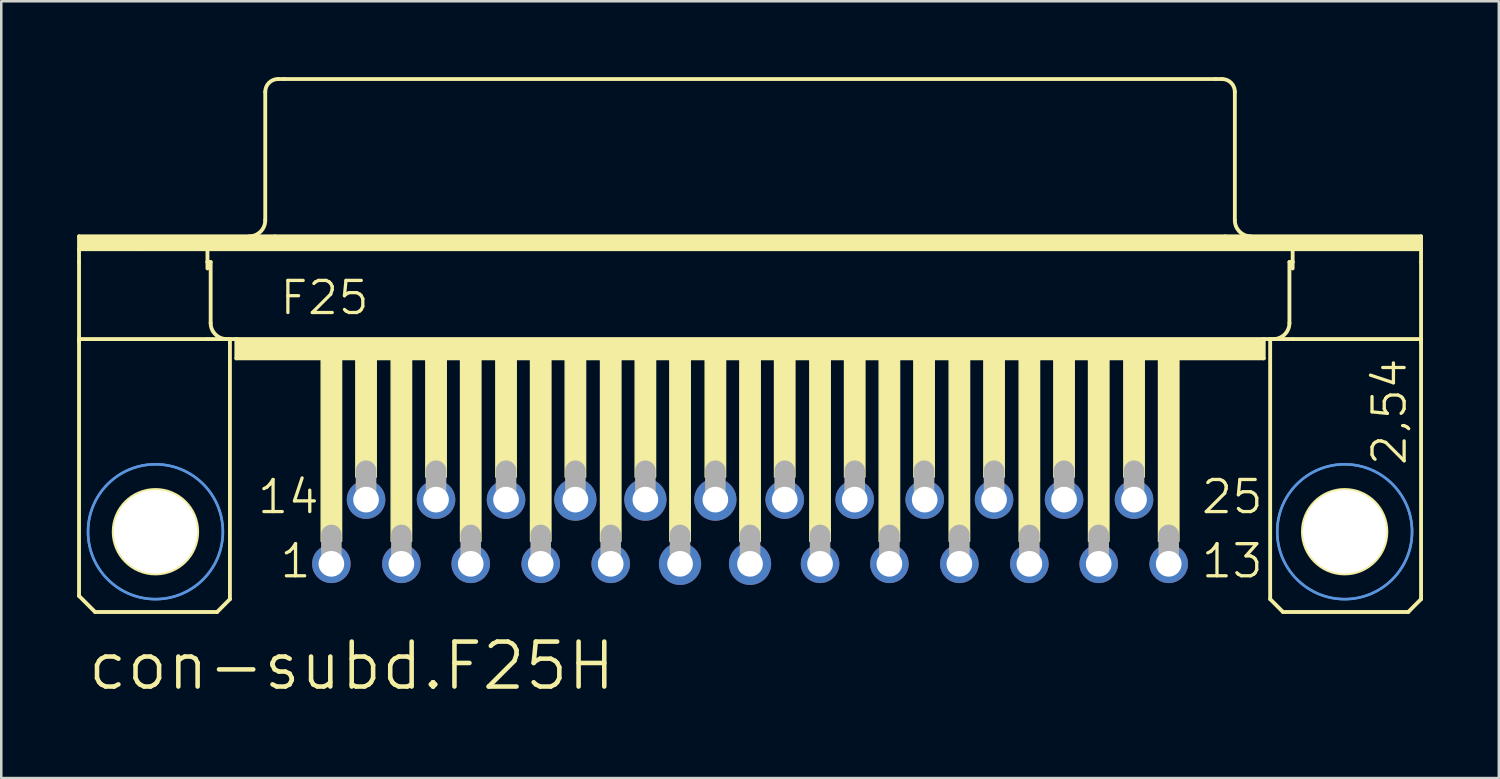
<source format=kicad_pcb>
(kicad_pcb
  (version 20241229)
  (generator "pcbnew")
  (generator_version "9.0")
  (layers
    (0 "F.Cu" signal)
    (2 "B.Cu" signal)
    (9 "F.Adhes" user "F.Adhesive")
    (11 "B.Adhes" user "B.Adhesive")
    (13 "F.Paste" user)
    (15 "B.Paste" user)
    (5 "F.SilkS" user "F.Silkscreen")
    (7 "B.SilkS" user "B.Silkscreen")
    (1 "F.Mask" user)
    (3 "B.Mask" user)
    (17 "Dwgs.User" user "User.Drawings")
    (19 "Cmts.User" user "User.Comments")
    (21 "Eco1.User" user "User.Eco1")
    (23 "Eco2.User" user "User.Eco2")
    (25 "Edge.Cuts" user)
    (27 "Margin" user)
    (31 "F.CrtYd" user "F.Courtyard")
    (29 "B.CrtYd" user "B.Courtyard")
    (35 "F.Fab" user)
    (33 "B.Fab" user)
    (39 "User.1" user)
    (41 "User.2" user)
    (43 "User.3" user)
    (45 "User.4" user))
  (footprint "con-subd.F25H"
    (layer "F.Cu")
    (at 26.619 17.983)
    (property "Reference" "con-subd.F25H" (at -26.289 6.35 0) (layer "F.SilkS") (effects (font (size 1.778 1.778) (thickness 0.18)) (justify left bottom)))
    (attr through_hole)
    (fp_line (start -26.543 -11.684) (end -18.796 -11.684) (stroke (width 0.152) (type default)) (layer "F.SilkS"))
    (fp_line (start -26.543 -11.176) (end -26.543 -11.684) (stroke (width 0.152) (type default)) (layer "F.SilkS"))
    (fp_line (start -26.543 -11.176) (end -24.003 -11.176) (stroke (width 0.152) (type default)) (layer "F.SilkS"))
    (fp_line (start -26.543 -10.668) (end -26.543 -11.176) (stroke (width 0.152) (type default)) (layer "F.SilkS"))
    (fp_line (start -26.543 -7.62) (end -26.543 -10.668) (stroke (width 0.152) (type default)) (layer "F.SilkS"))
    (fp_line (start -26.543 -7.62) (end -26.543 -7.493) (stroke (width 0.152) (type default)) (layer "F.SilkS"))
    (fp_line (start -26.543 -7.62) (end -21.463 -7.62) (stroke (width 0.152) (type default)) (layer "F.SilkS"))
    (fp_line (start -26.543 2.54) (end -26.543 -7.493) (stroke (width 0.152) (type default)) (layer "F.SilkS"))
    (fp_line (start -25.908 3.175) (end -26.543 2.54) (stroke (width 0.152) (type default)) (layer "F.SilkS"))
    (fp_line (start -24.003 -11.176) (end -21.463 -11.176) (stroke (width 0.152) (type default)) (layer "F.SilkS"))
    (fp_line (start -21.463 -11.176) (end 21.463 -11.176) (stroke (width 0.152) (type default)) (layer "F.SilkS"))
    (fp_line (start -21.463 -10.668) (end -21.463 -11.176) (stroke (width 0.152) (type default)) (layer "F.SilkS"))
    (fp_line (start -21.463 -10.668) (end -21.336 -10.668) (stroke (width 0.152) (type default)) (layer "F.SilkS"))
    (fp_line (start -21.463 -10.414) (end -21.463 -10.668) (stroke (width 0.152) (type default)) (layer "F.SilkS"))
    (fp_line (start -21.463 -7.62) (end -20.574 -7.62) (stroke (width 0.152) (type default)) (layer "F.SilkS"))
    (fp_line (start -21.336 -8.255) (end -21.336 -10.668) (stroke (width 0.152) (type default)) (layer "F.SilkS"))
    (fp_line (start -21.082 3.175) (end -25.908 3.175) (stroke (width 0.152) (type default)) (layer "F.SilkS"))
    (fp_line (start -21.082 3.175) (end -20.574 2.667) (stroke (width 0.152) (type default)) (layer "F.SilkS"))
    (fp_line (start -20.574 -7.62) (end -20.32 -7.62) (stroke (width 0.152) (type default)) (layer "F.SilkS"))
    (fp_line (start -20.574 2.667) (end -20.574 -7.62) (stroke (width 0.152) (type default)) (layer "F.SilkS"))
    (fp_line (start -20.32 -7.62) (end -20.32 -6.858) (stroke (width 0.152) (type default)) (layer "F.SilkS"))
    (fp_line (start -20.32 -7.62) (end 20.32 -7.62) (stroke (width 0.152) (type default)) (layer "F.SilkS"))
    (fp_line (start -20.32 -6.858) (end 20.32 -6.858) (stroke (width 0.152) (type default)) (layer "F.SilkS"))
    (fp_line (start -19.177 -12.319) (end -19.177 -17.399) (stroke (width 0.152) (type default)) (layer "F.SilkS"))
    (fp_line (start -18.796 -11.684) (end 18.796 -11.684) (stroke (width 0.152) (type default)) (layer "F.SilkS"))
    (fp_line (start -18.669 -17.907) (end -18.415 -17.907) (stroke (width 0.152) (type default)) (layer "F.SilkS"))
    (fp_line (start -18.415 -17.907) (end 18.415 -17.907) (stroke (width 0.152) (type default)) (layer "F.SilkS"))
    (fp_line (start 18.415 -17.907) (end 18.669 -17.907) (stroke (width 0.152) (type default)) (layer "F.SilkS"))
    (fp_line (start 18.796 -11.684) (end 26.543 -11.684) (stroke (width 0.152) (type default)) (layer "F.SilkS"))
    (fp_line (start 19.177 -12.319) (end 19.177 -17.399) (stroke (width 0.152) (type default)) (layer "F.SilkS"))
    (fp_line (start 20.32 -7.62) (end 20.32 -6.858) (stroke (width 0.152) (type default)) (layer "F.SilkS"))
    (fp_line (start 20.32 -7.62) (end 20.574 -7.62) (stroke (width 0.152) (type default)) (layer "F.SilkS"))
    (fp_line (start 20.574 -7.62) (end 21.463 -7.62) (stroke (width 0.152) (type default)) (layer "F.SilkS"))
    (fp_line (start 20.574 2.667) (end 20.574 -7.62) (stroke (width 0.152) (type default)) (layer "F.SilkS"))
    (fp_line (start 20.574 2.667) (end 21.082 3.175) (stroke (width 0.152) (type default)) (layer "F.SilkS"))
    (fp_line (start 21.082 3.175) (end 26.035 3.175) (stroke (width 0.152) (type default)) (layer "F.SilkS"))
    (fp_line (start 21.336 -10.668) (end 21.463 -10.668) (stroke (width 0.152) (type default)) (layer "F.SilkS"))
    (fp_line (start 21.336 -8.255) (end 21.336 -10.668) (stroke (width 0.152) (type default)) (layer "F.SilkS"))
    (fp_line (start 21.463 -11.176) (end 24.003 -11.176) (stroke (width 0.152) (type default)) (layer "F.SilkS"))
    (fp_line (start 21.463 -10.668) (end 21.463 -11.176) (stroke (width 0.152) (type default)) (layer "F.SilkS"))
    (fp_line (start 21.463 -10.414) (end 21.463 -10.668) (stroke (width 0.152) (type default)) (layer "F.SilkS"))
    (fp_line (start 21.463 -7.62) (end 26.543 -7.62) (stroke (width 0.152) (type default)) (layer "F.SilkS"))
    (fp_line (start 24.003 -11.176) (end 26.543 -11.176) (stroke (width 0.152) (type default)) (layer "F.SilkS"))
    (fp_line (start 26.035 3.175) (end 26.543 2.667) (stroke (width 0.152) (type default)) (layer "F.SilkS"))
    (fp_line (start 26.543 -11.684) (end 26.543 -11.176) (stroke (width 0.152) (type default)) (layer "F.SilkS"))
    (fp_line (start 26.543 -11.176) (end 26.543 -10.668) (stroke (width 0.152) (type default)) (layer "F.SilkS"))
    (fp_line (start 26.543 -10.668) (end 26.543 -7.62) (stroke (width 0.152) (type default)) (layer "F.SilkS"))
    (fp_line (start 26.543 -7.62) (end 26.543 -7.493) (stroke (width 0.152) (type default)) (layer "F.SilkS"))
    (fp_line (start 26.543 2.667) (end 26.543 -7.493) (stroke (width 0.152) (type default)) (layer "F.SilkS"))
    (fp_rect (start -26.543 -11.176) (end 26.543 -11.684) (stroke (width 0.05) (type default)) (fill yes) (layer "F.SilkS"))
    (fp_rect (start -20.32 -6.858) (end 20.32 -7.62) (stroke (width 0.05) (type default)) (fill yes) (layer "F.SilkS"))
    (fp_rect (start -16.967 0.381) (end -16.154 -6.858) (stroke (width 0.05) (type default)) (fill yes) (layer "F.SilkS"))
    (fp_rect (start -15.596 -2.159) (end -14.783 -6.858) (stroke (width 0.05) (type default)) (fill yes) (layer "F.SilkS"))
    (fp_rect (start -14.199 0.381) (end -13.386 -6.858) (stroke (width 0.05) (type default)) (fill yes) (layer "F.SilkS"))
    (fp_rect (start -12.827 -2.159) (end -12.014 -6.858) (stroke (width 0.05) (type default)) (fill yes) (layer "F.SilkS"))
    (fp_rect (start -11.455 0.381) (end -10.643 -6.858) (stroke (width 0.05) (type default)) (fill yes) (layer "F.SilkS"))
    (fp_rect (start -10.058 -2.159) (end -9.246 -6.858) (stroke (width 0.05) (type default)) (fill yes) (layer "F.SilkS"))
    (fp_rect (start -8.687 0.381) (end -7.874 -6.858) (stroke (width 0.05) (type default)) (fill yes) (layer "F.SilkS"))
    (fp_rect (start -7.315 -2.159) (end -6.502 -6.858) (stroke (width 0.05) (type default)) (fill yes) (layer "F.SilkS"))
    (fp_rect (start -5.918 0.381) (end -5.105 -6.858) (stroke (width 0.05) (type default)) (fill yes) (layer "F.SilkS"))
    (fp_rect (start -4.547 -2.159) (end -3.734 -6.858) (stroke (width 0.05) (type default)) (fill yes) (layer "F.SilkS"))
    (fp_rect (start -3.175 0.381) (end -2.362 -6.858) (stroke (width 0.05) (type default)) (fill yes) (layer "F.SilkS"))
    (fp_rect (start -1.778 -2.159) (end -0.965 -6.858) (stroke (width 0.05) (type default)) (fill yes) (layer "F.SilkS"))
    (fp_rect (start -0.406 0.381) (end 0.406 -6.858) (stroke (width 0.05) (type default)) (fill yes) (layer "F.SilkS"))
    (fp_rect (start 0.965 -2.159) (end 1.778 -6.858) (stroke (width 0.05) (type default)) (fill yes) (layer "F.SilkS"))
    (fp_rect (start 2.362 0.381) (end 3.175 -6.858) (stroke (width 0.05) (type default)) (fill yes) (layer "F.SilkS"))
    (fp_rect (start 3.734 -2.159) (end 4.547 -6.858) (stroke (width 0.05) (type default)) (fill yes) (layer "F.SilkS"))
    (fp_rect (start 5.105 0.381) (end 5.918 -6.858) (stroke (width 0.05) (type default)) (fill yes) (layer "F.SilkS"))
    (fp_rect (start 6.477 -2.159) (end 7.29 -6.858) (stroke (width 0.05) (type default)) (fill yes) (layer "F.SilkS"))
    (fp_rect (start 7.874 0.381) (end 8.687 -6.858) (stroke (width 0.05) (type default)) (fill yes) (layer "F.SilkS"))
    (fp_rect (start 9.246 -2.159) (end 10.058 -6.858) (stroke (width 0.05) (type default)) (fill yes) (layer "F.SilkS"))
    (fp_rect (start 10.643 0.381) (end 11.455 -6.858) (stroke (width 0.05) (type default)) (fill yes) (layer "F.SilkS"))
    (fp_rect (start 12.014 -2.159) (end 12.827 -6.858) (stroke (width 0.05) (type default)) (fill yes) (layer "F.SilkS"))
    (fp_rect (start 13.386 0.381) (end 14.199 -6.858) (stroke (width 0.05) (type default)) (fill yes) (layer "F.SilkS"))
    (fp_rect (start 14.783 -2.159) (end 15.596 -6.858) (stroke (width 0.05) (type default)) (fill yes) (layer "F.SilkS"))
    (fp_rect (start 16.154 0.381) (end 16.967 -6.858) (stroke (width 0.05) (type default)) (fill yes) (layer "F.SilkS"))
    (fp_arc (start -20.701 -7.62) (mid -21.150013 -7.805987) (end -21.336 -8.255) (stroke (width 0.1524) (type default)) (layer "F.SilkS"))
    (fp_arc (start -19.177 -17.399) (mid -19.02821 -17.75821) (end -18.669 -17.907) (stroke (width 0.1524) (type default)) (layer "F.SilkS"))
    (fp_arc (start -19.177 -12.319) (mid -19.362987 -11.869987) (end -19.812 -11.684) (stroke (width 0.1524) (type default)) (layer "F.SilkS"))
    (fp_arc (start 18.669 -17.907) (mid 19.02821 -17.75821) (end 19.177 -17.399) (stroke (width 0.1524) (type default)) (layer "F.SilkS"))
    (fp_arc (start 19.812 -11.684) (mid 19.362987 -11.869987) (end 19.177 -12.319) (stroke (width 0.1524) (type default)) (layer "F.SilkS"))
    (fp_arc (start 21.336 -8.255) (mid 21.150013 -7.805987) (end 20.701 -7.62) (stroke (width 0.1524) (type default)) (layer "F.SilkS"))
    (fp_circle (center -23.52 0) (end -21.869 0) (stroke (width 0.152) (type default)) (fill no) (layer "F.SilkS"))
    (fp_circle (center 23.52 0) (end 25.171 0) (stroke (width 0.152) (type default)) (fill no) (layer "F.SilkS"))
    (fp_circle (center -23.52 0) (end -20.853 0) (stroke (width 0.1) (type default)) (fill no) (layer "Cmts.User"))
    (fp_circle (center -23.52 0) (end -20.853 0) (stroke (width 0.1) (type default)) (fill no) (layer "Cmts.User"))
    (fp_circle (center 23.52 0) (end 26.187 0) (stroke (width 0.1) (type default)) (fill no) (layer "Cmts.User"))
    (fp_circle (center 23.52 0) (end 26.187 0) (stroke (width 0.1) (type default)) (fill no) (layer "Cmts.User"))
    (fp_line (start -16.561 1.143) (end -16.561 0.127) (stroke (width 0.813) (type default)) (layer "F.Fab"))
    (fp_line (start -15.189 -1.397) (end -15.189 -2.413) (stroke (width 0.813) (type default)) (layer "F.Fab"))
    (fp_line (start -13.792 1.143) (end -13.792 0.127) (stroke (width 0.813) (type default)) (layer "F.Fab"))
    (fp_line (start -12.421 -1.397) (end -12.421 -2.413) (stroke (width 0.813) (type default)) (layer "F.Fab"))
    (fp_line (start -11.049 1.143) (end -11.049 0.127) (stroke (width 0.813) (type default)) (layer "F.Fab"))
    (fp_line (start -9.652 -1.397) (end -9.652 -2.413) (stroke (width 0.813) (type default)) (layer "F.Fab"))
    (fp_line (start -8.28 1.143) (end -8.28 0.127) (stroke (width 0.813) (type default)) (layer "F.Fab"))
    (fp_line (start -6.909 -1.397) (end -6.909 -2.413) (stroke (width 0.813) (type default)) (layer "F.Fab"))
    (fp_line (start -5.512 1.143) (end -5.512 0.127) (stroke (width 0.813) (type default)) (layer "F.Fab"))
    (fp_line (start -4.14 -1.397) (end -4.14 -2.413) (stroke (width 0.813) (type default)) (layer "F.Fab"))
    (fp_line (start -2.769 1.143) (end -2.769 0.127) (stroke (width 0.813) (type default)) (layer "F.Fab"))
    (fp_line (start -1.372 -1.397) (end -1.372 -2.413) (stroke (width 0.813) (type default)) (layer "F.Fab"))
    (fp_line (start 0 1.143) (end 0 0.127) (stroke (width 0.813) (type default)) (layer "F.Fab"))
    (fp_line (start 1.372 -1.397) (end 1.372 -2.413) (stroke (width 0.813) (type default)) (layer "F.Fab"))
    (fp_line (start 2.769 1.143) (end 2.769 0.127) (stroke (width 0.813) (type default)) (layer "F.Fab"))
    (fp_line (start 4.14 -1.397) (end 4.14 -2.413) (stroke (width 0.813) (type default)) (layer "F.Fab"))
    (fp_line (start 5.512 1.143) (end 5.512 0.127) (stroke (width 0.813) (type default)) (layer "F.Fab"))
    (fp_line (start 6.883 -1.397) (end 6.883 -2.413) (stroke (width 0.813) (type default)) (layer "F.Fab"))
    (fp_line (start 8.28 1.143) (end 8.28 0.127) (stroke (width 0.813) (type default)) (layer "F.Fab"))
    (fp_line (start 9.652 -1.397) (end 9.652 -2.413) (stroke (width 0.813) (type default)) (layer "F.Fab"))
    (fp_line (start 11.049 1.143) (end 11.049 0.127) (stroke (width 0.813) (type default)) (layer "F.Fab"))
    (fp_line (start 12.421 -1.397) (end 12.421 -2.413) (stroke (width 0.813) (type default)) (layer "F.Fab"))
    (fp_line (start 13.792 1.143) (end 13.792 0.127) (stroke (width 0.813) (type default)) (layer "F.Fab"))
    (fp_line (start 15.189 -1.397) (end 15.189 -2.413) (stroke (width 0.813) (type default)) (layer "F.Fab"))
    (fp_line (start 16.561 1.143) (end 16.561 0.127) (stroke (width 0.813) (type default)) (layer "F.Fab"))
    (fp_text user "25" (at 17.78 -0.635 0) (layer "F.SilkS") (effects (font (size 1.27 1.27) (thickness 0.13)) (justify left bottom)))
    (fp_text user "13" (at 17.78 1.905 0) (layer "F.SilkS") (effects (font (size 1.27 1.27) (thickness 0.13)) (justify left bottom)))
    (fp_text user "1" (at -18.669 1.905 0) (layer "F.SilkS") (effects (font (size 1.27 1.27) (thickness 0.13)) (justify left bottom)))
    (fp_text user "14" (at -19.558 -0.635 0) (layer "F.SilkS") (effects (font (size 1.27 1.27) (thickness 0.13)) (justify left bottom)))
    (fp_text user "2,54" (at 26.035 -2.54 90) (layer "F.SilkS") (effects (font (size 1.27 1.27) (thickness 0.13)) (justify left bottom)))
    (fp_text user "F25" (at -18.669 -8.509 0) (layer "F.SilkS") (effects (font (size 1.27 1.27) (thickness 0.13)) (justify left bottom)))
    (pad "" np_thru_hole circle (at -23.52 0) (size 3.302 3.302) (drill 3.302) (layers "*.Cu" "*.Mask"))
    (pad "" np_thru_hole circle (at 23.52 0) (size 3.302 3.302) (drill 3.302) (layers "*.Cu" "*.Mask"))
    (pad "1" thru_hole circle (at -16.561 1.27) (size 1.524 1.524) (drill 1.016) (layers "*.Cu" "*.Mask"))
    (pad "2" thru_hole circle (at -13.792 1.27) (size 1.524 1.524) (drill 1.016) (layers "*.Cu" "*.Mask"))
    (pad "3" thru_hole circle (at -11.049 1.27) (size 1.524 1.524) (drill 1.016) (layers "*.Cu" "*.Mask"))
    (pad "4" thru_hole circle (at -8.28 1.27) (size 1.524 1.524) (drill 1.016) (layers "*.Cu" "*.Mask"))
    (pad "5" thru_hole circle (at -5.512 1.27) (size 1.524 1.524) (drill 1.016) (layers "*.Cu" "*.Mask"))
    (pad "6" thru_hole circle (at -2.769 1.27) (size 1.67 1.67) (drill 1.016) (layers "*.Cu" "*.Mask"))
    (pad "7" thru_hole circle (at 0 1.27) (size 1.67 1.67) (drill 1.016) (layers "*.Cu" "*.Mask"))
    (pad "8" thru_hole circle (at 2.769 1.27) (size 1.524 1.524) (drill 1.016) (layers "*.Cu" "*.Mask"))
    (pad "9" thru_hole circle (at 5.512 1.27) (size 1.524 1.524) (drill 1.016) (layers "*.Cu" "*.Mask"))
    (pad "10" thru_hole circle (at 8.28 1.27) (size 1.524 1.524) (drill 1.016) (layers "*.Cu" "*.Mask"))
    (pad "11" thru_hole circle (at 11.049 1.27) (size 1.524 1.524) (drill 1.016) (layers "*.Cu" "*.Mask"))
    (pad "12" thru_hole circle (at 13.792 1.27) (size 1.524 1.524) (drill 1.016) (layers "*.Cu" "*.Mask"))
    (pad "13" thru_hole circle (at 16.561 1.27) (size 1.524 1.524) (drill 1.016) (layers "*.Cu" "*.Mask"))
    (pad "14" thru_hole circle (at -15.189 -1.27) (size 1.524 1.524) (drill 1.016) (layers "*.Cu" "*.Mask"))
    (pad "15" thru_hole circle (at -12.421 -1.27) (size 1.524 1.524) (drill 1.016) (layers "*.Cu" "*.Mask"))
    (pad "16" thru_hole circle (at -9.652 -1.27) (size 1.524 1.524) (drill 1.016) (layers "*.Cu" "*.Mask"))
    (pad "17" thru_hole circle (at -6.909 -1.27) (size 1.67 1.67) (drill 1.016) (layers "*.Cu" "*.Mask"))
    (pad "18" thru_hole circle (at -4.14 -1.27) (size 1.67 1.67) (drill 1.016) (layers "*.Cu" "*.Mask"))
    (pad "19" thru_hole circle (at -1.372 -1.27) (size 1.67 1.67) (drill 1.016) (layers "*.Cu" "*.Mask"))
    (pad "20" thru_hole circle (at 1.372 -1.27) (size 1.524 1.524) (drill 1.016) (layers "*.Cu" "*.Mask"))
    (pad "21" thru_hole circle (at 4.14 -1.27) (size 1.524 1.524) (drill 1.016) (layers "*.Cu" "*.Mask"))
    (pad "22" thru_hole circle (at 6.909 -1.27) (size 1.524 1.524) (drill 1.016) (layers "*.Cu" "*.Mask"))
    (pad "23" thru_hole circle (at 9.652 -1.27) (size 1.524 1.524) (drill 1.016) (layers "*.Cu" "*.Mask"))
    (pad "24" thru_hole circle (at 12.421 -1.27) (size 1.524 1.524) (drill 1.016) (layers "*.Cu" "*.Mask"))
    (pad "25" thru_hole circle (at 15.189 -1.27) (size 1.524 1.524) (drill 1.016) (layers "*.Cu" "*.Mask")))
  (gr_rect
    (start -3 -3)
    (end 56.238 27.727)
    (stroke (width 0.1) (type default))
    (fill no)
    (layer "Edge.Cuts")))
</source>
